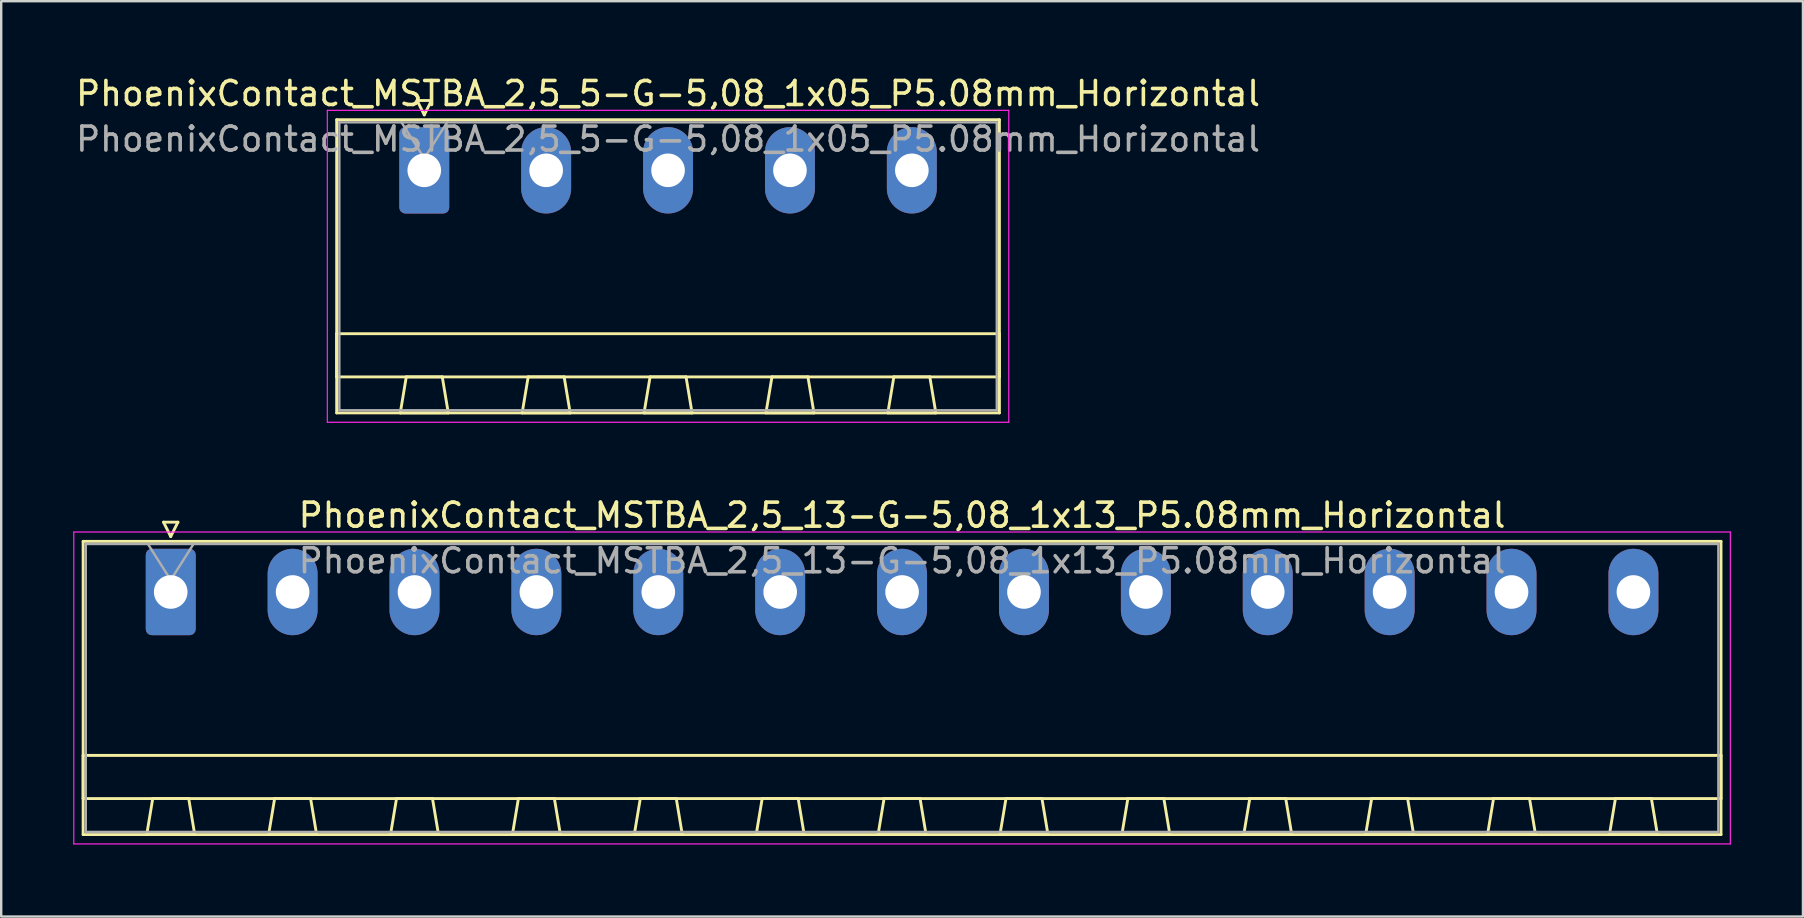
<source format=kicad_pcb>
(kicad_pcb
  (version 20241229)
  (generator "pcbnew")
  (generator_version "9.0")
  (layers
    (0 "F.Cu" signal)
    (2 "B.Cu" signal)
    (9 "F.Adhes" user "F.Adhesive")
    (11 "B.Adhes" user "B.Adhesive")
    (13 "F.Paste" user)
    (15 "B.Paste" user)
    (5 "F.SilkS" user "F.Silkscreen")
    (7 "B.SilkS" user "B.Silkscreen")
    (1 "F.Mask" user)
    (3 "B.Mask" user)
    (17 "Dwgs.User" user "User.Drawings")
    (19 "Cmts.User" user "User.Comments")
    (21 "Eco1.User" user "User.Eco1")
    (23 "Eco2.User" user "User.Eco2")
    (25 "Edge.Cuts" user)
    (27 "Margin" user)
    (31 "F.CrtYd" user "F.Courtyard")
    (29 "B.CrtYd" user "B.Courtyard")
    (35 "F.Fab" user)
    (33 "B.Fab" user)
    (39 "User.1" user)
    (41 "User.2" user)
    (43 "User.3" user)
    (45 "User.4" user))
  (footprint "PhoenixContact_MSTBA_2,5_5-G-5,08_1x05_P5.08mm_Horizontal"
    (layer "F.Cu")
    (at 14.632 4.048)
    (property "Reference" "PhoenixContact_MSTBA_2,5_5-G-5,08_1x05_P5.08mm_Horizontal" (at 10.16 -3.2 0) (layer "F.SilkS") (effects (font (size 1 1) (thickness 0.15))))
    (attr through_hole)
    (fp_line (start -3.65 -2.11) (end -3.65 10.11) (stroke (width 0.12) (type solid)) (layer "F.SilkS"))
    (fp_line (start -3.65 6.81) (end 23.97 6.81) (stroke (width 0.12) (type solid)) (layer "F.SilkS"))
    (fp_line (start -3.65 8.61) (end -3.65 6.81) (stroke (width 0.12) (type solid)) (layer "F.SilkS"))
    (fp_line (start -3.65 10.11) (end 23.97 10.11) (stroke (width 0.12) (type solid)) (layer "F.SilkS"))
    (fp_line (start -1 10.11) (end 1 10.11) (stroke (width 0.12) (type solid)) (layer "F.SilkS"))
    (fp_line (start -0.75 8.61) (end -1 10.11) (stroke (width 0.12) (type solid)) (layer "F.SilkS"))
    (fp_line (start -0.3 -2.91) (end 0.3 -2.91) (stroke (width 0.12) (type solid)) (layer "F.SilkS"))
    (fp_line (start 0 -2.31) (end -0.3 -2.91) (stroke (width 0.12) (type solid)) (layer "F.SilkS"))
    (fp_line (start 0.3 -2.91) (end 0 -2.31) (stroke (width 0.12) (type solid)) (layer "F.SilkS"))
    (fp_line (start 0.75 8.61) (end -0.75 8.61) (stroke (width 0.12) (type solid)) (layer "F.SilkS"))
    (fp_line (start 1 10.11) (end 0.75 8.61) (stroke (width 0.12) (type solid)) (layer "F.SilkS"))
    (fp_line (start 4.08 10.11) (end 6.08 10.11) (stroke (width 0.12) (type solid)) (layer "F.SilkS"))
    (fp_line (start 4.33 8.61) (end 4.08 10.11) (stroke (width 0.12) (type solid)) (layer "F.SilkS"))
    (fp_line (start 5.83 8.61) (end 4.33 8.61) (stroke (width 0.12) (type solid)) (layer "F.SilkS"))
    (fp_line (start 6.08 10.11) (end 5.83 8.61) (stroke (width 0.12) (type solid)) (layer "F.SilkS"))
    (fp_line (start 9.16 10.11) (end 11.16 10.11) (stroke (width 0.12) (type solid)) (layer "F.SilkS"))
    (fp_line (start 9.41 8.61) (end 9.16 10.11) (stroke (width 0.12) (type solid)) (layer "F.SilkS"))
    (fp_line (start 10.91 8.61) (end 9.41 8.61) (stroke (width 0.12) (type solid)) (layer "F.SilkS"))
    (fp_line (start 11.16 10.11) (end 10.91 8.61) (stroke (width 0.12) (type solid)) (layer "F.SilkS"))
    (fp_line (start 14.24 10.11) (end 16.24 10.11) (stroke (width 0.12) (type solid)) (layer "F.SilkS"))
    (fp_line (start 14.49 8.61) (end 14.24 10.11) (stroke (width 0.12) (type solid)) (layer "F.SilkS"))
    (fp_line (start 15.99 8.61) (end 14.49 8.61) (stroke (width 0.12) (type solid)) (layer "F.SilkS"))
    (fp_line (start 16.24 10.11) (end 15.99 8.61) (stroke (width 0.12) (type solid)) (layer "F.SilkS"))
    (fp_line (start 19.32 10.11) (end 21.32 10.11) (stroke (width 0.12) (type solid)) (layer "F.SilkS"))
    (fp_line (start 19.57 8.61) (end 19.32 10.11) (stroke (width 0.12) (type solid)) (layer "F.SilkS"))
    (fp_line (start 21.07 8.61) (end 19.57 8.61) (stroke (width 0.12) (type solid)) (layer "F.SilkS"))
    (fp_line (start 21.32 10.11) (end 21.07 8.61) (stroke (width 0.12) (type solid)) (layer "F.SilkS"))
    (fp_line (start 23.97 -2.11) (end -3.65 -2.11) (stroke (width 0.12) (type solid)) (layer "F.SilkS"))
    (fp_line (start 23.97 6.81) (end 23.97 8.61) (stroke (width 0.12) (type solid)) (layer "F.SilkS"))
    (fp_line (start 23.97 8.61) (end -3.65 8.61) (stroke (width 0.12) (type solid)) (layer "F.SilkS"))
    (fp_line (start 23.97 10.11) (end 23.97 -2.11) (stroke (width 0.12) (type solid)) (layer "F.SilkS"))
    (fp_line (start -4.04 -2.5) (end -4.04 10.5) (stroke (width 0.05) (type solid)) (layer "F.CrtYd"))
    (fp_line (start -4.04 10.5) (end 24.36 10.5) (stroke (width 0.05) (type solid)) (layer "F.CrtYd"))
    (fp_line (start 24.36 -2.5) (end -4.04 -2.5) (stroke (width 0.05) (type solid)) (layer "F.CrtYd"))
    (fp_line (start 24.36 10.5) (end 24.36 -2.5) (stroke (width 0.05) (type solid)) (layer "F.CrtYd"))
    (fp_line (start -3.54 -2) (end -3.54 10) (stroke (width 0.1) (type solid)) (layer "F.Fab"))
    (fp_line (start -3.54 10) (end 23.86 10) (stroke (width 0.1) (type solid)) (layer "F.Fab"))
    (fp_line (start 0 -0.5) (end -0.95 -2) (stroke (width 0.1) (type solid)) (layer "F.Fab"))
    (fp_line (start 0.95 -2) (end 0 -0.5) (stroke (width 0.1) (type solid)) (layer "F.Fab"))
    (fp_line (start 23.86 -2) (end -3.54 -2) (stroke (width 0.1) (type solid)) (layer "F.Fab"))
    (fp_line (start 23.86 10) (end 23.86 -2) (stroke (width 0.1) (type solid)) (layer "F.Fab"))
    (fp_text user "${REFERENCE}" (at 10.16 -1.3 0) (layer "F.Fab") (effects (font (size 1 1) (thickness 0.15))))
    (pad "1" thru_hole roundrect (at 0 0) (size 2.08 3.6) (drill 1.4) (layers "*.Cu" "*.Mask") (roundrect_rratio 0.12))
    (pad "2" thru_hole oval (at 5.08 0) (size 2.08 3.6) (drill 1.4) (layers "*.Cu" "*.Mask"))
    (pad "3" thru_hole oval (at 10.16 0) (size 2.08 3.6) (drill 1.4) (layers "*.Cu" "*.Mask"))
    (pad "4" thru_hole oval (at 15.24 0) (size 2.08 3.6) (drill 1.4) (layers "*.Cu" "*.Mask"))
    (pad "5" thru_hole oval (at 20.32 0) (size 2.08 3.6) (drill 1.4) (layers "*.Cu" "*.Mask")))
  (footprint "PhoenixContact_MSTBA_2,5_13-G-5,08_1x13_P5.08mm_Horizontal"
    (layer "F.Cu")
    (at 4.065 21.622)
    (property "Reference" "PhoenixContact_MSTBA_2,5_13-G-5,08_1x13_P5.08mm_Horizontal" (at 30.48 -3.2 0) (layer "F.SilkS") (effects (font (size 1 1) (thickness 0.15))))
    (attr through_hole)
    (fp_line (start -3.65 -2.11) (end -3.65 10.11) (stroke (width 0.12) (type solid)) (layer "F.SilkS"))
    (fp_line (start -3.65 6.81) (end 64.61 6.81) (stroke (width 0.12) (type solid)) (layer "F.SilkS"))
    (fp_line (start -3.65 8.61) (end -3.65 6.81) (stroke (width 0.12) (type solid)) (layer "F.SilkS"))
    (fp_line (start -3.65 10.11) (end 64.61 10.11) (stroke (width 0.12) (type solid)) (layer "F.SilkS"))
    (fp_line (start -1 10.11) (end 1 10.11) (stroke (width 0.12) (type solid)) (layer "F.SilkS"))
    (fp_line (start -0.75 8.61) (end -1 10.11) (stroke (width 0.12) (type solid)) (layer "F.SilkS"))
    (fp_line (start -0.3 -2.91) (end 0.3 -2.91) (stroke (width 0.12) (type solid)) (layer "F.SilkS"))
    (fp_line (start 0 -2.31) (end -0.3 -2.91) (stroke (width 0.12) (type solid)) (layer "F.SilkS"))
    (fp_line (start 0.3 -2.91) (end 0 -2.31) (stroke (width 0.12) (type solid)) (layer "F.SilkS"))
    (fp_line (start 0.75 8.61) (end -0.75 8.61) (stroke (width 0.12) (type solid)) (layer "F.SilkS"))
    (fp_line (start 1 10.11) (end 0.75 8.61) (stroke (width 0.12) (type solid)) (layer "F.SilkS"))
    (fp_line (start 4.08 10.11) (end 6.08 10.11) (stroke (width 0.12) (type solid)) (layer "F.SilkS"))
    (fp_line (start 4.33 8.61) (end 4.08 10.11) (stroke (width 0.12) (type solid)) (layer "F.SilkS"))
    (fp_line (start 5.83 8.61) (end 4.33 8.61) (stroke (width 0.12) (type solid)) (layer "F.SilkS"))
    (fp_line (start 6.08 10.11) (end 5.83 8.61) (stroke (width 0.12) (type solid)) (layer "F.SilkS"))
    (fp_line (start 9.16 10.11) (end 11.16 10.11) (stroke (width 0.12) (type solid)) (layer "F.SilkS"))
    (fp_line (start 9.41 8.61) (end 9.16 10.11) (stroke (width 0.12) (type solid)) (layer "F.SilkS"))
    (fp_line (start 10.91 8.61) (end 9.41 8.61) (stroke (width 0.12) (type solid)) (layer "F.SilkS"))
    (fp_line (start 11.16 10.11) (end 10.91 8.61) (stroke (width 0.12) (type solid)) (layer "F.SilkS"))
    (fp_line (start 14.24 10.11) (end 16.24 10.11) (stroke (width 0.12) (type solid)) (layer "F.SilkS"))
    (fp_line (start 14.49 8.61) (end 14.24 10.11) (stroke (width 0.12) (type solid)) (layer "F.SilkS"))
    (fp_line (start 15.99 8.61) (end 14.49 8.61) (stroke (width 0.12) (type solid)) (layer "F.SilkS"))
    (fp_line (start 16.24 10.11) (end 15.99 8.61) (stroke (width 0.12) (type solid)) (layer "F.SilkS"))
    (fp_line (start 19.32 10.11) (end 21.32 10.11) (stroke (width 0.12) (type solid)) (layer "F.SilkS"))
    (fp_line (start 19.57 8.61) (end 19.32 10.11) (stroke (width 0.12) (type solid)) (layer "F.SilkS"))
    (fp_line (start 21.07 8.61) (end 19.57 8.61) (stroke (width 0.12) (type solid)) (layer "F.SilkS"))
    (fp_line (start 21.32 10.11) (end 21.07 8.61) (stroke (width 0.12) (type solid)) (layer "F.SilkS"))
    (fp_line (start 24.4 10.11) (end 26.4 10.11) (stroke (width 0.12) (type solid)) (layer "F.SilkS"))
    (fp_line (start 24.65 8.61) (end 24.4 10.11) (stroke (width 0.12) (type solid)) (layer "F.SilkS"))
    (fp_line (start 26.15 8.61) (end 24.65 8.61) (stroke (width 0.12) (type solid)) (layer "F.SilkS"))
    (fp_line (start 26.4 10.11) (end 26.15 8.61) (stroke (width 0.12) (type solid)) (layer "F.SilkS"))
    (fp_line (start 29.48 10.11) (end 31.48 10.11) (stroke (width 0.12) (type solid)) (layer "F.SilkS"))
    (fp_line (start 29.73 8.61) (end 29.48 10.11) (stroke (width 0.12) (type solid)) (layer "F.SilkS"))
    (fp_line (start 31.23 8.61) (end 29.73 8.61) (stroke (width 0.12) (type solid)) (layer "F.SilkS"))
    (fp_line (start 31.48 10.11) (end 31.23 8.61) (stroke (width 0.12) (type solid)) (layer "F.SilkS"))
    (fp_line (start 34.56 10.11) (end 36.56 10.11) (stroke (width 0.12) (type solid)) (layer "F.SilkS"))
    (fp_line (start 34.81 8.61) (end 34.56 10.11) (stroke (width 0.12) (type solid)) (layer "F.SilkS"))
    (fp_line (start 36.31 8.61) (end 34.81 8.61) (stroke (width 0.12) (type solid)) (layer "F.SilkS"))
    (fp_line (start 36.56 10.11) (end 36.31 8.61) (stroke (width 0.12) (type solid)) (layer "F.SilkS"))
    (fp_line (start 39.64 10.11) (end 41.64 10.11) (stroke (width 0.12) (type solid)) (layer "F.SilkS"))
    (fp_line (start 39.89 8.61) (end 39.64 10.11) (stroke (width 0.12) (type solid)) (layer "F.SilkS"))
    (fp_line (start 41.39 8.61) (end 39.89 8.61) (stroke (width 0.12) (type solid)) (layer "F.SilkS"))
    (fp_line (start 41.64 10.11) (end 41.39 8.61) (stroke (width 0.12) (type solid)) (layer "F.SilkS"))
    (fp_line (start 44.72 10.11) (end 46.72 10.11) (stroke (width 0.12) (type solid)) (layer "F.SilkS"))
    (fp_line (start 44.97 8.61) (end 44.72 10.11) (stroke (width 0.12) (type solid)) (layer "F.SilkS"))
    (fp_line (start 46.47 8.61) (end 44.97 8.61) (stroke (width 0.12) (type solid)) (layer "F.SilkS"))
    (fp_line (start 46.72 10.11) (end 46.47 8.61) (stroke (width 0.12) (type solid)) (layer "F.SilkS"))
    (fp_line (start 49.8 10.11) (end 51.8 10.11) (stroke (width 0.12) (type solid)) (layer "F.SilkS"))
    (fp_line (start 50.05 8.61) (end 49.8 10.11) (stroke (width 0.12) (type solid)) (layer "F.SilkS"))
    (fp_line (start 51.55 8.61) (end 50.05 8.61) (stroke (width 0.12) (type solid)) (layer "F.SilkS"))
    (fp_line (start 51.8 10.11) (end 51.55 8.61) (stroke (width 0.12) (type solid)) (layer "F.SilkS"))
    (fp_line (start 54.88 10.11) (end 56.88 10.11) (stroke (width 0.12) (type solid)) (layer "F.SilkS"))
    (fp_line (start 55.13 8.61) (end 54.88 10.11) (stroke (width 0.12) (type solid)) (layer "F.SilkS"))
    (fp_line (start 56.63 8.61) (end 55.13 8.61) (stroke (width 0.12) (type solid)) (layer "F.SilkS"))
    (fp_line (start 56.88 10.11) (end 56.63 8.61) (stroke (width 0.12) (type solid)) (layer "F.SilkS"))
    (fp_line (start 59.96 10.11) (end 61.96 10.11) (stroke (width 0.12) (type solid)) (layer "F.SilkS"))
    (fp_line (start 60.21 8.61) (end 59.96 10.11) (stroke (width 0.12) (type solid)) (layer "F.SilkS"))
    (fp_line (start 61.71 8.61) (end 60.21 8.61) (stroke (width 0.12) (type solid)) (layer "F.SilkS"))
    (fp_line (start 61.96 10.11) (end 61.71 8.61) (stroke (width 0.12) (type solid)) (layer "F.SilkS"))
    (fp_line (start 64.61 -2.11) (end -3.65 -2.11) (stroke (width 0.12) (type solid)) (layer "F.SilkS"))
    (fp_line (start 64.61 6.81) (end 64.61 8.61) (stroke (width 0.12) (type solid)) (layer "F.SilkS"))
    (fp_line (start 64.61 8.61) (end -3.65 8.61) (stroke (width 0.12) (type solid)) (layer "F.SilkS"))
    (fp_line (start 64.61 10.11) (end 64.61 -2.11) (stroke (width 0.12) (type solid)) (layer "F.SilkS"))
    (fp_line (start -4.04 -2.5) (end -4.04 10.5) (stroke (width 0.05) (type solid)) (layer "F.CrtYd"))
    (fp_line (start -4.04 10.5) (end 65 10.5) (stroke (width 0.05) (type solid)) (layer "F.CrtYd"))
    (fp_line (start 65 -2.5) (end -4.04 -2.5) (stroke (width 0.05) (type solid)) (layer "F.CrtYd"))
    (fp_line (start 65 10.5) (end 65 -2.5) (stroke (width 0.05) (type solid)) (layer "F.CrtYd"))
    (fp_line (start -3.54 -2) (end -3.54 10) (stroke (width 0.1) (type solid)) (layer "F.Fab"))
    (fp_line (start -3.54 10) (end 64.5 10) (stroke (width 0.1) (type solid)) (layer "F.Fab"))
    (fp_line (start 0 -0.5) (end -0.95 -2) (stroke (width 0.1) (type solid)) (layer "F.Fab"))
    (fp_line (start 0.95 -2) (end 0 -0.5) (stroke (width 0.1) (type solid)) (layer "F.Fab"))
    (fp_line (start 64.5 -2) (end -3.54 -2) (stroke (width 0.1) (type solid)) (layer "F.Fab"))
    (fp_line (start 64.5 10) (end 64.5 -2) (stroke (width 0.1) (type solid)) (layer "F.Fab"))
    (fp_text user "${REFERENCE}" (at 30.48 -1.3 0) (layer "F.Fab") (effects (font (size 1 1) (thickness 0.15))))
    (pad "1" thru_hole roundrect (at 0 0) (size 2.08 3.6) (drill 1.4) (layers "*.Cu" "*.Mask") (roundrect_rratio 0.12))
    (pad "2" thru_hole oval (at 5.08 0) (size 2.08 3.6) (drill 1.4) (layers "*.Cu" "*.Mask"))
    (pad "3" thru_hole oval (at 10.16 0) (size 2.08 3.6) (drill 1.4) (layers "*.Cu" "*.Mask"))
    (pad "4" thru_hole oval (at 15.24 0) (size 2.08 3.6) (drill 1.4) (layers "*.Cu" "*.Mask"))
    (pad "5" thru_hole oval (at 20.32 0) (size 2.08 3.6) (drill 1.4) (layers "*.Cu" "*.Mask"))
    (pad "6" thru_hole oval (at 25.4 0) (size 2.08 3.6) (drill 1.4) (layers "*.Cu" "*.Mask"))
    (pad "7" thru_hole oval (at 30.48 0) (size 2.08 3.6) (drill 1.4) (layers "*.Cu" "*.Mask"))
    (pad "8" thru_hole oval (at 35.56 0) (size 2.08 3.6) (drill 1.4) (layers "*.Cu" "*.Mask"))
    (pad "9" thru_hole oval (at 40.64 0) (size 2.08 3.6) (drill 1.4) (layers "*.Cu" "*.Mask"))
    (pad "10" thru_hole oval (at 45.72 0) (size 2.08 3.6) (drill 1.4) (layers "*.Cu" "*.Mask"))
    (pad "11" thru_hole oval (at 50.8 0) (size 2.08 3.6) (drill 1.4) (layers "*.Cu" "*.Mask"))
    (pad "12" thru_hole oval (at 55.88 0) (size 2.08 3.6) (drill 1.4) (layers "*.Cu" "*.Mask"))
    (pad "13" thru_hole oval (at 60.96 0) (size 2.08 3.6) (drill 1.4) (layers "*.Cu" "*.Mask")))
  (gr_rect
    (start -3 -3)
    (end 72.09 35.147)
    (stroke (width 0.1) (type default))
    (fill no)
    (layer "Edge.Cuts")))
</source>
